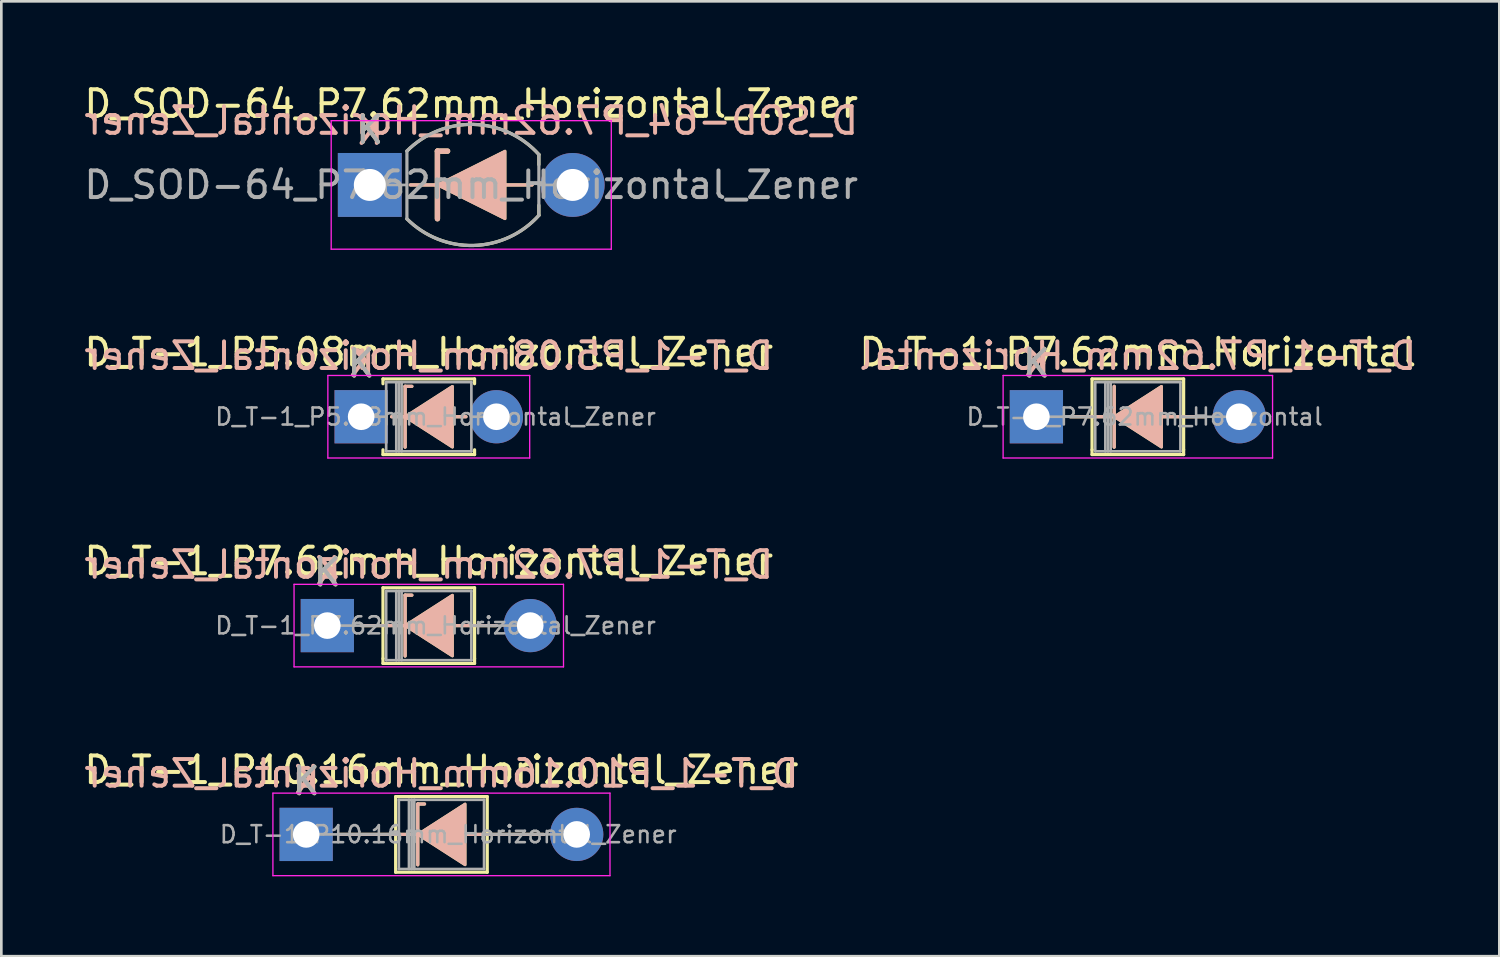
<source format=kicad_pcb>
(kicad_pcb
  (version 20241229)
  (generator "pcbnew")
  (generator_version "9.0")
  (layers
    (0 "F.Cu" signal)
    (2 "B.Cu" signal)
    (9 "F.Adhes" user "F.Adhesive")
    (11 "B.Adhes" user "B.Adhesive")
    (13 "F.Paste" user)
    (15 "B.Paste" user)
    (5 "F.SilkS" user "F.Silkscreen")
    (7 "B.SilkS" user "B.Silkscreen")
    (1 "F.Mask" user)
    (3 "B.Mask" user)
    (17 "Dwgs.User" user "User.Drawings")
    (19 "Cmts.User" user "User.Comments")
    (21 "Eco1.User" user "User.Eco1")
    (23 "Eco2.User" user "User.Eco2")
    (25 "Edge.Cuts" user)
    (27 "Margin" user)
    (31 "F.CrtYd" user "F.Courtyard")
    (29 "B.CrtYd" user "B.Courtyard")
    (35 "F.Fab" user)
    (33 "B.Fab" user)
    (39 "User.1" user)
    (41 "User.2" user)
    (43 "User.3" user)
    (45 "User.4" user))
  (footprint "D_SOD-64_P7.62mm_Horizontal_Zener"
    (layer "F.Cu")
    (at 10.839 3.896)
    (property "Reference" "D_SOD-64_P7.62mm_Horizontal_Zener" (at 3.81 -3.048 0) (layer "F.SilkS") (effects (font (size 1 1) (thickness 0.15))))
    (fp_line (start 1.524 0) (end 6.096 0) (stroke (width 0.12) (type solid)) (layer "F.SilkS"))
    (fp_line (start 2.54 -1.27) (end 2.921 -1.27) (stroke (width 0.2) (type solid)) (layer "F.SilkS"))
    (fp_line (start 2.54 1.27) (end 2.54 -1.27) (stroke (width 0.2) (type solid)) (layer "F.SilkS"))
    (fp_line (start 6.35 -1.143) (end 6.35 -0.762) (stroke (width 0.12) (type solid)) (layer "F.SilkS"))
    (fp_line (start 6.35 1.143) (end 6.35 0.762) (stroke (width 0.12) (type solid)) (layer "F.SilkS"))
    (fp_arc (start 1.39366 -1.27334) (mid 3.899833 -2.273039) (end 6.349998 -1.143) (stroke (width 0.12) (type solid)) (layer "F.SilkS"))
    (fp_arc (start 6.35 1.143) (mid 3.900216 2.273029) (end 1.394202 1.273879) (stroke (width 0.12) (type solid)) (layer "F.SilkS"))
    (fp_poly (pts (xy 5.08 1.27) (xy 2.54 0) (xy 5.08 -1.27)) (stroke (width 0.1) (type solid)) (fill yes) (layer "F.SilkS"))
    (fp_line (start 1.524 0) (end 6.096 0) (stroke (width 0.12) (type solid)) (layer "B.SilkS"))
    (fp_line (start 2.54 -1.27) (end 2.54 1.27) (stroke (width 0.2) (type solid)) (layer "B.SilkS"))
    (fp_line (start 2.54 -1.27) (end 2.921 -1.27) (stroke (width 0.2) (type solid)) (layer "B.SilkS"))
    (fp_poly (pts (xy 5.08 -1.27) (xy 2.54 0) (xy 5.08 1.27)) (stroke (width 0.1) (type solid)) (fill yes) (layer "B.SilkS"))
    (fp_line (start -1.45 -2.413) (end -1.45 2.413) (stroke (width 0.05) (type solid)) (layer "F.CrtYd"))
    (fp_line (start -1.45 2.413) (end 9.07 2.413) (stroke (width 0.05) (type solid)) (layer "F.CrtYd"))
    (fp_line (start 9.07 -2.413) (end -1.45 -2.413) (stroke (width 0.05) (type solid)) (layer "F.CrtYd"))
    (fp_line (start 9.07 2.413) (end 9.07 -2.413) (stroke (width 0.05) (type solid)) (layer "F.CrtYd"))
    (fp_line (start 0 0.000269) (end 1.394 0.000269) (stroke (width 0.1) (type solid)) (layer "F.Fab"))
    (fp_line (start 1.394 1.274) (end 1.394 -1.273) (stroke (width 0.12) (type solid)) (layer "F.Fab"))
    (fp_line (start 6.35 -1.143) (end 6.35 1.143) (stroke (width 0.12) (type solid)) (layer "F.Fab"))
    (fp_line (start 7.62 0) (end 6.35 0) (stroke (width 0.1) (type solid)) (layer "F.Fab"))
    (fp_arc (start 1.3942 -1.273879) (mid 3.900214 -2.273029) (end 6.349998 -1.143) (stroke (width 0.12) (type solid)) (layer "F.Fab"))
    (fp_arc (start 6.35 1.143) (mid 3.900216 2.273029) (end 1.394202 1.273879) (stroke (width 0.12) (type solid)) (layer "F.Fab"))
    (fp_text user "K" (at 0 -2.073 0) (layer "F.SilkS") (effects (font (size 1 1) (thickness 0.15))))
    (fp_text user "${REFERENCE}" (at 3.81 -2.413 0) (layer "B.SilkS") (effects (font (size 1 1) (thickness 0.15)) (justify mirror)))
    (fp_text user "K" (at 0 -2.032 0) (layer "B.SilkS") (effects (font (size 1 1) (thickness 0.15)) (justify mirror)))
    (fp_text user "K" (at 0 -2.073 0) (layer "F.Fab") (effects (font (size 1 1) (thickness 0.15))))
    (fp_text user "${REFERENCE}" (at 3.81 0 0) (layer "F.Fab") (effects (font (size 1 1) (thickness 0.15))))
    (pad "1" thru_hole rect (at 0 0) (size 2.4 2.4) (drill 1.2) (layers "*.Cu" "*.Mask"))
    (pad "2" thru_hole oval (at 7.62 0) (size 2.4 2.4) (drill 1.2) (layers "*.Cu" "*.Mask")))
  (footprint "D_T-1_P5.08mm_Horizontal_Zener"
    (layer "F.Cu")
    (at 10.514 12.602)
    (property "Reference" "D_T-1_P5.08mm_Horizontal_Zener" (at 2.54 -2.42 0) (layer "F.SilkS") (effects (font (size 1 1) (thickness 0.15))))
    (fp_line (start 0.82 -1.42) (end 4.26 -1.42) (stroke (width 0.12) (type solid)) (layer "F.SilkS"))
    (fp_line (start 0.82 -1.24) (end 0.82 -1.42) (stroke (width 0.12) (type solid)) (layer "F.SilkS"))
    (fp_line (start 0.82 1.24) (end 0.82 1.42) (stroke (width 0.12) (type solid)) (layer "F.SilkS"))
    (fp_line (start 0.82 1.42) (end 4.26 1.42) (stroke (width 0.12) (type solid)) (layer "F.SilkS"))
    (fp_line (start 1.651 -1.143) (end 1.651 1.143) (stroke (width 0.12) (type solid)) (layer "F.SilkS"))
    (fp_line (start 1.651 -1.143) (end 1.905 -1.143) (stroke (width 0.12) (type solid)) (layer "F.SilkS"))
    (fp_line (start 1.778 0) (end 1.143 0) (stroke (width 0.12) (type solid)) (layer "F.SilkS"))
    (fp_line (start 3.429 0) (end 3.937 0) (stroke (width 0.12) (type solid)) (layer "F.SilkS"))
    (fp_line (start 4.26 -1.42) (end 4.26 -1.24) (stroke (width 0.12) (type solid)) (layer "F.SilkS"))
    (fp_line (start 4.26 1.42) (end 4.26 1.24) (stroke (width 0.12) (type solid)) (layer "F.SilkS"))
    (fp_poly (pts (xy 3.429 1.143) (xy 1.651 0) (xy 3.429 -1.143)) (stroke (width 0.1) (type solid)) (fill yes) (layer "F.SilkS"))
    (fp_line (start 1.651 -1.143) (end 1.905 -1.143) (stroke (width 0.12) (type solid)) (layer "B.SilkS"))
    (fp_line (start 1.651 1.143) (end 1.651 -1.143) (stroke (width 0.12) (type solid)) (layer "B.SilkS"))
    (fp_line (start 1.778 0) (end 1.143 0) (stroke (width 0.12) (type solid)) (layer "B.SilkS"))
    (fp_line (start 3.429 0) (end 3.937 0) (stroke (width 0.12) (type solid)) (layer "B.SilkS"))
    (fp_poly (pts (xy 3.429 -1.143) (xy 1.651 0) (xy 3.429 1.143)) (stroke (width 0.1) (type solid)) (fill yes) (layer "B.SilkS"))
    (fp_line (start -1.25 -1.55) (end -1.25 1.55) (stroke (width 0.05) (type solid)) (layer "F.CrtYd"))
    (fp_line (start -1.25 1.55) (end 6.33 1.55) (stroke (width 0.05) (type solid)) (layer "F.CrtYd"))
    (fp_line (start 6.33 -1.55) (end -1.25 -1.55) (stroke (width 0.05) (type solid)) (layer "F.CrtYd"))
    (fp_line (start 6.33 1.55) (end 6.33 -1.55) (stroke (width 0.05) (type solid)) (layer "F.CrtYd"))
    (fp_line (start 0 0) (end 0.94 0) (stroke (width 0.1) (type solid)) (layer "F.Fab"))
    (fp_line (start 0.94 -1.3) (end 0.94 1.3) (stroke (width 0.1) (type solid)) (layer "F.Fab"))
    (fp_line (start 0.94 1.3) (end 4.14 1.3) (stroke (width 0.1) (type solid)) (layer "F.Fab"))
    (fp_line (start 1.32 -1.3) (end 1.32 1.3) (stroke (width 0.1) (type solid)) (layer "F.Fab"))
    (fp_line (start 1.42 -1.3) (end 1.42 1.3) (stroke (width 0.1) (type solid)) (layer "F.Fab"))
    (fp_line (start 1.52 -1.3) (end 1.52 1.3) (stroke (width 0.1) (type solid)) (layer "F.Fab"))
    (fp_line (start 4.14 -1.3) (end 0.94 -1.3) (stroke (width 0.1) (type solid)) (layer "F.Fab"))
    (fp_line (start 4.14 1.3) (end 4.14 -1.3) (stroke (width 0.1) (type solid)) (layer "F.Fab"))
    (fp_line (start 5.08 0) (end 4.14 0) (stroke (width 0.1) (type solid)) (layer "F.Fab"))
    (fp_text user "K" (at 0 -2 0) (layer "F.SilkS") (effects (font (size 1 1) (thickness 0.15))))
    (fp_text user "K" (at 0 -2.032 0) (layer "B.SilkS") (effects (font (size 1 1) (thickness 0.15)) (justify mirror)))
    (fp_text user "${REFERENCE}" (at 2.54 -2.286 0) (layer "B.SilkS") (effects (font (size 1 1) (thickness 0.15)) (justify mirror)))
    (fp_text user "K" (at 0 -2 0) (layer "F.Fab") (effects (font (size 1 1) (thickness 0.15))))
    (fp_text user "${REFERENCE}" (at 2.794 0 0) (layer "F.Fab") (effects (font (size 0.64 0.64) (thickness 0.096))))
    (pad "1" thru_hole rect (at 0 0) (size 2 2) (drill 1) (layers "*.Cu" "*.Mask"))
    (pad "2" thru_hole oval (at 5.08 0) (size 2 2) (drill 1) (layers "*.Cu" "*.Mask")))
  (footprint "D_T-1_P7.62mm_Horizontal"
    (layer "F.Cu")
    (at 35.875 12.602)
    (property "Reference" "D_T-1_P7.62mm_Horizontal" (at 3.81 -2.42 0) (layer "F.SilkS") (effects (font (size 1 1) (thickness 0.15))))
    (fp_line (start 2.09 -1.42) (end 5.53 -1.42) (stroke (width 0.12) (type solid)) (layer "F.SilkS"))
    (fp_line (start 2.09 1.24) (end 2.09 -1.42) (stroke (width 0.12) (type solid)) (layer "F.SilkS"))
    (fp_line (start 2.09 1.24) (end 2.09 1.42) (stroke (width 0.12) (type solid)) (layer "F.SilkS"))
    (fp_line (start 2.09 1.42) (end 5.53 1.42) (stroke (width 0.12) (type solid)) (layer "F.SilkS"))
    (fp_line (start 2.921 -1.143) (end 2.921 1.143) (stroke (width 0.12) (type solid)) (layer "F.SilkS"))
    (fp_line (start 3.048 0) (end 1.27 0) (stroke (width 0.12) (type solid)) (layer "F.SilkS"))
    (fp_line (start 4.699 0) (end 6.35 0) (stroke (width 0.12) (type solid)) (layer "F.SilkS"))
    (fp_line (start 5.53 -1.42) (end 5.53 1.24) (stroke (width 0.12) (type solid)) (layer "F.SilkS"))
    (fp_line (start 5.53 1.42) (end 5.53 1.24) (stroke (width 0.12) (type solid)) (layer "F.SilkS"))
    (fp_poly (pts (xy 4.699 1.143) (xy 2.921 0) (xy 4.699 -1.143)) (stroke (width 0.1) (type solid)) (fill yes) (layer "F.SilkS"))
    (fp_line (start 2.921 1.143) (end 2.921 -1.143) (stroke (width 0.12) (type solid)) (layer "B.SilkS"))
    (fp_line (start 3.048 0) (end 1.27 0) (stroke (width 0.12) (type solid)) (layer "B.SilkS"))
    (fp_line (start 4.699 0) (end 6.35 0) (stroke (width 0.12) (type solid)) (layer "B.SilkS"))
    (fp_poly (pts (xy 4.699 -1.143) (xy 2.921 0) (xy 4.699 1.143)) (stroke (width 0.1) (type solid)) (fill yes) (layer "B.SilkS"))
    (fp_line (start -1.25 -1.55) (end -1.25 1.55) (stroke (width 0.05) (type solid)) (layer "F.CrtYd"))
    (fp_line (start -1.25 1.55) (end 8.87 1.55) (stroke (width 0.05) (type solid)) (layer "F.CrtYd"))
    (fp_line (start 8.87 -1.55) (end -1.25 -1.55) (stroke (width 0.05) (type solid)) (layer "F.CrtYd"))
    (fp_line (start 8.87 1.55) (end 8.87 -1.55) (stroke (width 0.05) (type solid)) (layer "F.CrtYd"))
    (fp_line (start 0 0) (end 2.21 0) (stroke (width 0.1) (type solid)) (layer "F.Fab"))
    (fp_line (start 2.21 -1.3) (end 2.21 1.3) (stroke (width 0.1) (type solid)) (layer "F.Fab"))
    (fp_line (start 2.21 1.3) (end 5.41 1.3) (stroke (width 0.1) (type solid)) (layer "F.Fab"))
    (fp_line (start 2.59 -1.3) (end 2.59 1.3) (stroke (width 0.1) (type solid)) (layer "F.Fab"))
    (fp_line (start 2.69 -1.3) (end 2.69 1.3) (stroke (width 0.1) (type solid)) (layer "F.Fab"))
    (fp_line (start 2.79 -1.3) (end 2.79 1.3) (stroke (width 0.1) (type solid)) (layer "F.Fab"))
    (fp_line (start 5.41 -1.3) (end 2.21 -1.3) (stroke (width 0.1) (type solid)) (layer "F.Fab"))
    (fp_line (start 5.41 1.3) (end 5.41 -1.3) (stroke (width 0.1) (type solid)) (layer "F.Fab"))
    (fp_line (start 7.62 0) (end 5.41 0) (stroke (width 0.1) (type solid)) (layer "F.Fab"))
    (fp_text user "K" (at 0 -2 0) (layer "F.SilkS") (effects (font (size 1 1) (thickness 0.15))))
    (fp_text user "K" (at 0 -2.032 0) (layer "B.SilkS") (effects (font (size 1 1) (thickness 0.15)) (justify mirror)))
    (fp_text user "${REFERENCE}" (at 3.81 -2.286 0) (layer "B.SilkS") (effects (font (size 1 1) (thickness 0.15)) (justify mirror)))
    (fp_text user "K" (at 0 -2 0) (layer "F.Fab") (effects (font (size 1 1) (thickness 0.15))))
    (fp_text user "${REFERENCE}" (at 4.064 0 0) (layer "F.Fab") (effects (font (size 0.64 0.64) (thickness 0.096))))
    (pad "1" thru_hole rect (at 0 0) (size 2 2) (drill 1) (layers "*.Cu" "*.Mask"))
    (pad "2" thru_hole oval (at 7.62 0) (size 2 2) (drill 1) (layers "*.Cu" "*.Mask")))
  (footprint "D_T-1_P7.62mm_Horizontal_Zener"
    (layer "F.Cu")
    (at 9.244 20.446)
    (property "Reference" "D_T-1_P7.62mm_Horizontal_Zener" (at 3.81 -2.42 0) (layer "F.SilkS") (effects (font (size 1 1) (thickness 0.15))))
    (fp_line (start 2.09 -1.42) (end 5.53 -1.42) (stroke (width 0.12) (type solid)) (layer "F.SilkS"))
    (fp_line (start 2.09 1.24) (end 2.09 -1.42) (stroke (width 0.12) (type solid)) (layer "F.SilkS"))
    (fp_line (start 2.09 1.24) (end 2.09 1.42) (stroke (width 0.12) (type solid)) (layer "F.SilkS"))
    (fp_line (start 2.09 1.42) (end 5.53 1.42) (stroke (width 0.12) (type solid)) (layer "F.SilkS"))
    (fp_line (start 2.921 -1.143) (end 2.921 1.143) (stroke (width 0.12) (type solid)) (layer "F.SilkS"))
    (fp_line (start 2.921 -1.143) (end 3.175 -1.143) (stroke (width 0.12) (type solid)) (layer "F.SilkS"))
    (fp_line (start 3.048 0) (end 1.27 0) (stroke (width 0.12) (type solid)) (layer "F.SilkS"))
    (fp_line (start 4.699 0) (end 6.35 0) (stroke (width 0.12) (type solid)) (layer "F.SilkS"))
    (fp_line (start 5.53 -1.42) (end 5.53 1.24) (stroke (width 0.12) (type solid)) (layer "F.SilkS"))
    (fp_line (start 5.53 1.42) (end 5.53 1.24) (stroke (width 0.12) (type solid)) (layer "F.SilkS"))
    (fp_poly (pts (xy 4.699 1.143) (xy 2.921 0) (xy 4.699 -1.143)) (stroke (width 0.1) (type solid)) (fill yes) (layer "F.SilkS"))
    (fp_line (start 2.921 -1.143) (end 3.175 -1.143) (stroke (width 0.12) (type solid)) (layer "B.SilkS"))
    (fp_line (start 2.921 1.143) (end 2.921 -1.143) (stroke (width 0.12) (type solid)) (layer "B.SilkS"))
    (fp_line (start 3.048 0) (end 1.27 0) (stroke (width 0.12) (type solid)) (layer "B.SilkS"))
    (fp_line (start 4.699 0) (end 6.35 0) (stroke (width 0.12) (type solid)) (layer "B.SilkS"))
    (fp_poly (pts (xy 4.699 -1.143) (xy 2.921 0) (xy 4.699 1.143)) (stroke (width 0.1) (type solid)) (fill yes) (layer "B.SilkS"))
    (fp_line (start -1.25 -1.55) (end -1.25 1.55) (stroke (width 0.05) (type solid)) (layer "F.CrtYd"))
    (fp_line (start -1.25 1.55) (end 8.87 1.55) (stroke (width 0.05) (type solid)) (layer "F.CrtYd"))
    (fp_line (start 8.87 -1.55) (end -1.25 -1.55) (stroke (width 0.05) (type solid)) (layer "F.CrtYd"))
    (fp_line (start 8.87 1.55) (end 8.87 -1.55) (stroke (width 0.05) (type solid)) (layer "F.CrtYd"))
    (fp_line (start 0 0) (end 2.21 0) (stroke (width 0.1) (type solid)) (layer "F.Fab"))
    (fp_line (start 2.21 -1.3) (end 2.21 1.3) (stroke (width 0.1) (type solid)) (layer "F.Fab"))
    (fp_line (start 2.21 1.3) (end 5.41 1.3) (stroke (width 0.1) (type solid)) (layer "F.Fab"))
    (fp_line (start 2.59 -1.3) (end 2.59 1.3) (stroke (width 0.1) (type solid)) (layer "F.Fab"))
    (fp_line (start 2.69 -1.3) (end 2.69 1.3) (stroke (width 0.1) (type solid)) (layer "F.Fab"))
    (fp_line (start 2.79 -1.3) (end 2.79 1.3) (stroke (width 0.1) (type solid)) (layer "F.Fab"))
    (fp_line (start 5.41 -1.3) (end 2.21 -1.3) (stroke (width 0.1) (type solid)) (layer "F.Fab"))
    (fp_line (start 5.41 1.3) (end 5.41 -1.3) (stroke (width 0.1) (type solid)) (layer "F.Fab"))
    (fp_line (start 7.62 0) (end 5.41 0) (stroke (width 0.1) (type solid)) (layer "F.Fab"))
    (fp_text user "K" (at 0 -2 0) (layer "F.SilkS") (effects (font (size 1 1) (thickness 0.15))))
    (fp_text user "${REFERENCE}" (at 3.81 -2.286 0) (layer "B.SilkS") (effects (font (size 1 1) (thickness 0.15)) (justify mirror)))
    (fp_text user "K" (at 0 -2.032 0) (layer "B.SilkS") (effects (font (size 1 1) (thickness 0.15)) (justify mirror)))
    (fp_text user "K" (at 0 -2 0) (layer "F.Fab") (effects (font (size 1 1) (thickness 0.15))))
    (fp_text user "${REFERENCE}" (at 4.064 0 0) (layer "F.Fab") (effects (font (size 0.64 0.64) (thickness 0.096))))
    (pad "1" thru_hole rect (at 0 0) (size 2 2) (drill 1) (layers "*.Cu" "*.Mask"))
    (pad "2" thru_hole oval (at 7.62 0) (size 2 2) (drill 1) (layers "*.Cu" "*.Mask")))
  (footprint "D_T-1_P10.16mm_Horizontal_Zener"
    (layer "F.Cu")
    (at 8.45 28.289)
    (property "Reference" "D_T-1_P10.16mm_Horizontal_Zener" (at 5.08 -2.42 0) (layer "F.SilkS") (effects (font (size 1 1) (thickness 0.15))))
    (fp_line (start 1.24 0) (end 3.36 0) (stroke (width 0.12) (type solid)) (layer "F.SilkS"))
    (fp_line (start 3.36 -1.42) (end 3.36 1.42) (stroke (width 0.12) (type solid)) (layer "F.SilkS"))
    (fp_line (start 3.36 1.42) (end 6.8 1.42) (stroke (width 0.12) (type solid)) (layer "F.SilkS"))
    (fp_line (start 4.191 -1.143) (end 4.191 1.143) (stroke (width 0.12) (type solid)) (layer "F.SilkS"))
    (fp_line (start 4.191 -1.143) (end 4.445 -1.143) (stroke (width 0.12) (type solid)) (layer "F.SilkS"))
    (fp_line (start 4.318 0) (end 3.36 0) (stroke (width 0.12) (type solid)) (layer "F.SilkS"))
    (fp_line (start 5.969 0) (end 6.8 0) (stroke (width 0.12) (type solid)) (layer "F.SilkS"))
    (fp_line (start 6.8 -1.42) (end 3.36 -1.42) (stroke (width 0.12) (type solid)) (layer "F.SilkS"))
    (fp_line (start 6.8 1.42) (end 6.8 -1.42) (stroke (width 0.12) (type solid)) (layer "F.SilkS"))
    (fp_line (start 8.92 0) (end 6.8 0) (stroke (width 0.12) (type solid)) (layer "F.SilkS"))
    (fp_poly (pts (xy 5.969 1.143) (xy 4.191 0) (xy 5.969 -1.143)) (stroke (width 0.1) (type solid)) (fill yes) (layer "F.SilkS"))
    (fp_line (start 1.24 0) (end 3.36 0) (stroke (width 0.12) (type solid)) (layer "B.SilkS"))
    (fp_line (start 4.191 -1.143) (end 4.445 -1.143) (stroke (width 0.12) (type solid)) (layer "B.SilkS"))
    (fp_line (start 4.191 1.143) (end 4.191 -1.143) (stroke (width 0.12) (type solid)) (layer "B.SilkS"))
    (fp_line (start 4.318 0) (end 3.36 0) (stroke (width 0.12) (type solid)) (layer "B.SilkS"))
    (fp_line (start 5.969 0) (end 6.8 0) (stroke (width 0.12) (type solid)) (layer "B.SilkS"))
    (fp_line (start 8.92 0) (end 6.8 0) (stroke (width 0.12) (type solid)) (layer "B.SilkS"))
    (fp_poly (pts (xy 5.969 -1.143) (xy 4.191 0) (xy 5.969 1.143)) (stroke (width 0.1) (type solid)) (fill yes) (layer "B.SilkS"))
    (fp_line (start -1.25 -1.55) (end -1.25 1.55) (stroke (width 0.05) (type solid)) (layer "F.CrtYd"))
    (fp_line (start -1.25 1.55) (end 11.41 1.55) (stroke (width 0.05) (type solid)) (layer "F.CrtYd"))
    (fp_line (start 11.41 -1.55) (end -1.25 -1.55) (stroke (width 0.05) (type solid)) (layer "F.CrtYd"))
    (fp_line (start 11.41 1.55) (end 11.41 -1.55) (stroke (width 0.05) (type solid)) (layer "F.CrtYd"))
    (fp_line (start 0 0) (end 3.48 0) (stroke (width 0.1) (type solid)) (layer "F.Fab"))
    (fp_line (start 3.48 -1.3) (end 3.48 1.3) (stroke (width 0.1) (type solid)) (layer "F.Fab"))
    (fp_line (start 3.48 1.3) (end 6.68 1.3) (stroke (width 0.1) (type solid)) (layer "F.Fab"))
    (fp_line (start 3.86 -1.3) (end 3.86 1.3) (stroke (width 0.1) (type solid)) (layer "F.Fab"))
    (fp_line (start 3.96 -1.3) (end 3.96 1.3) (stroke (width 0.1) (type solid)) (layer "F.Fab"))
    (fp_line (start 4.06 -1.3) (end 4.06 1.3) (stroke (width 0.1) (type solid)) (layer "F.Fab"))
    (fp_line (start 6.68 -1.3) (end 3.48 -1.3) (stroke (width 0.1) (type solid)) (layer "F.Fab"))
    (fp_line (start 6.68 1.3) (end 6.68 -1.3) (stroke (width 0.1) (type solid)) (layer "F.Fab"))
    (fp_line (start 10.16 0) (end 6.68 0) (stroke (width 0.1) (type solid)) (layer "F.Fab"))
    (fp_text user "K" (at 0 -2 0) (layer "F.SilkS") (effects (font (size 1 1) (thickness 0.15))))
    (fp_text user "${REFERENCE}" (at 5.08 -2.286 0) (layer "B.SilkS") (effects (font (size 1 1) (thickness 0.15)) (justify mirror)))
    (fp_text user "K" (at 0 -2.032 0) (layer "B.SilkS") (effects (font (size 1 1) (thickness 0.15)) (justify mirror)))
    (fp_text user "${REFERENCE}" (at 5.334 0 0) (layer "F.Fab") (effects (font (size 0.64 0.64) (thickness 0.096))))
    (fp_text user "K" (at 0 -2 0) (layer "F.Fab") (effects (font (size 1 1) (thickness 0.15))))
    (pad "1" thru_hole rect (at 0 0) (size 2 2) (drill 1) (layers "*.Cu" "*.Mask"))
    (pad "2" thru_hole oval (at 10.16 0) (size 2 2) (drill 1) (layers "*.Cu" "*.Mask")))
  (gr_rect
    (start -3 -3)
    (end 53.262 32.864)
    (stroke (width 0.1) (type default))
    (fill no)
    (layer "Edge.Cuts")))
</source>
